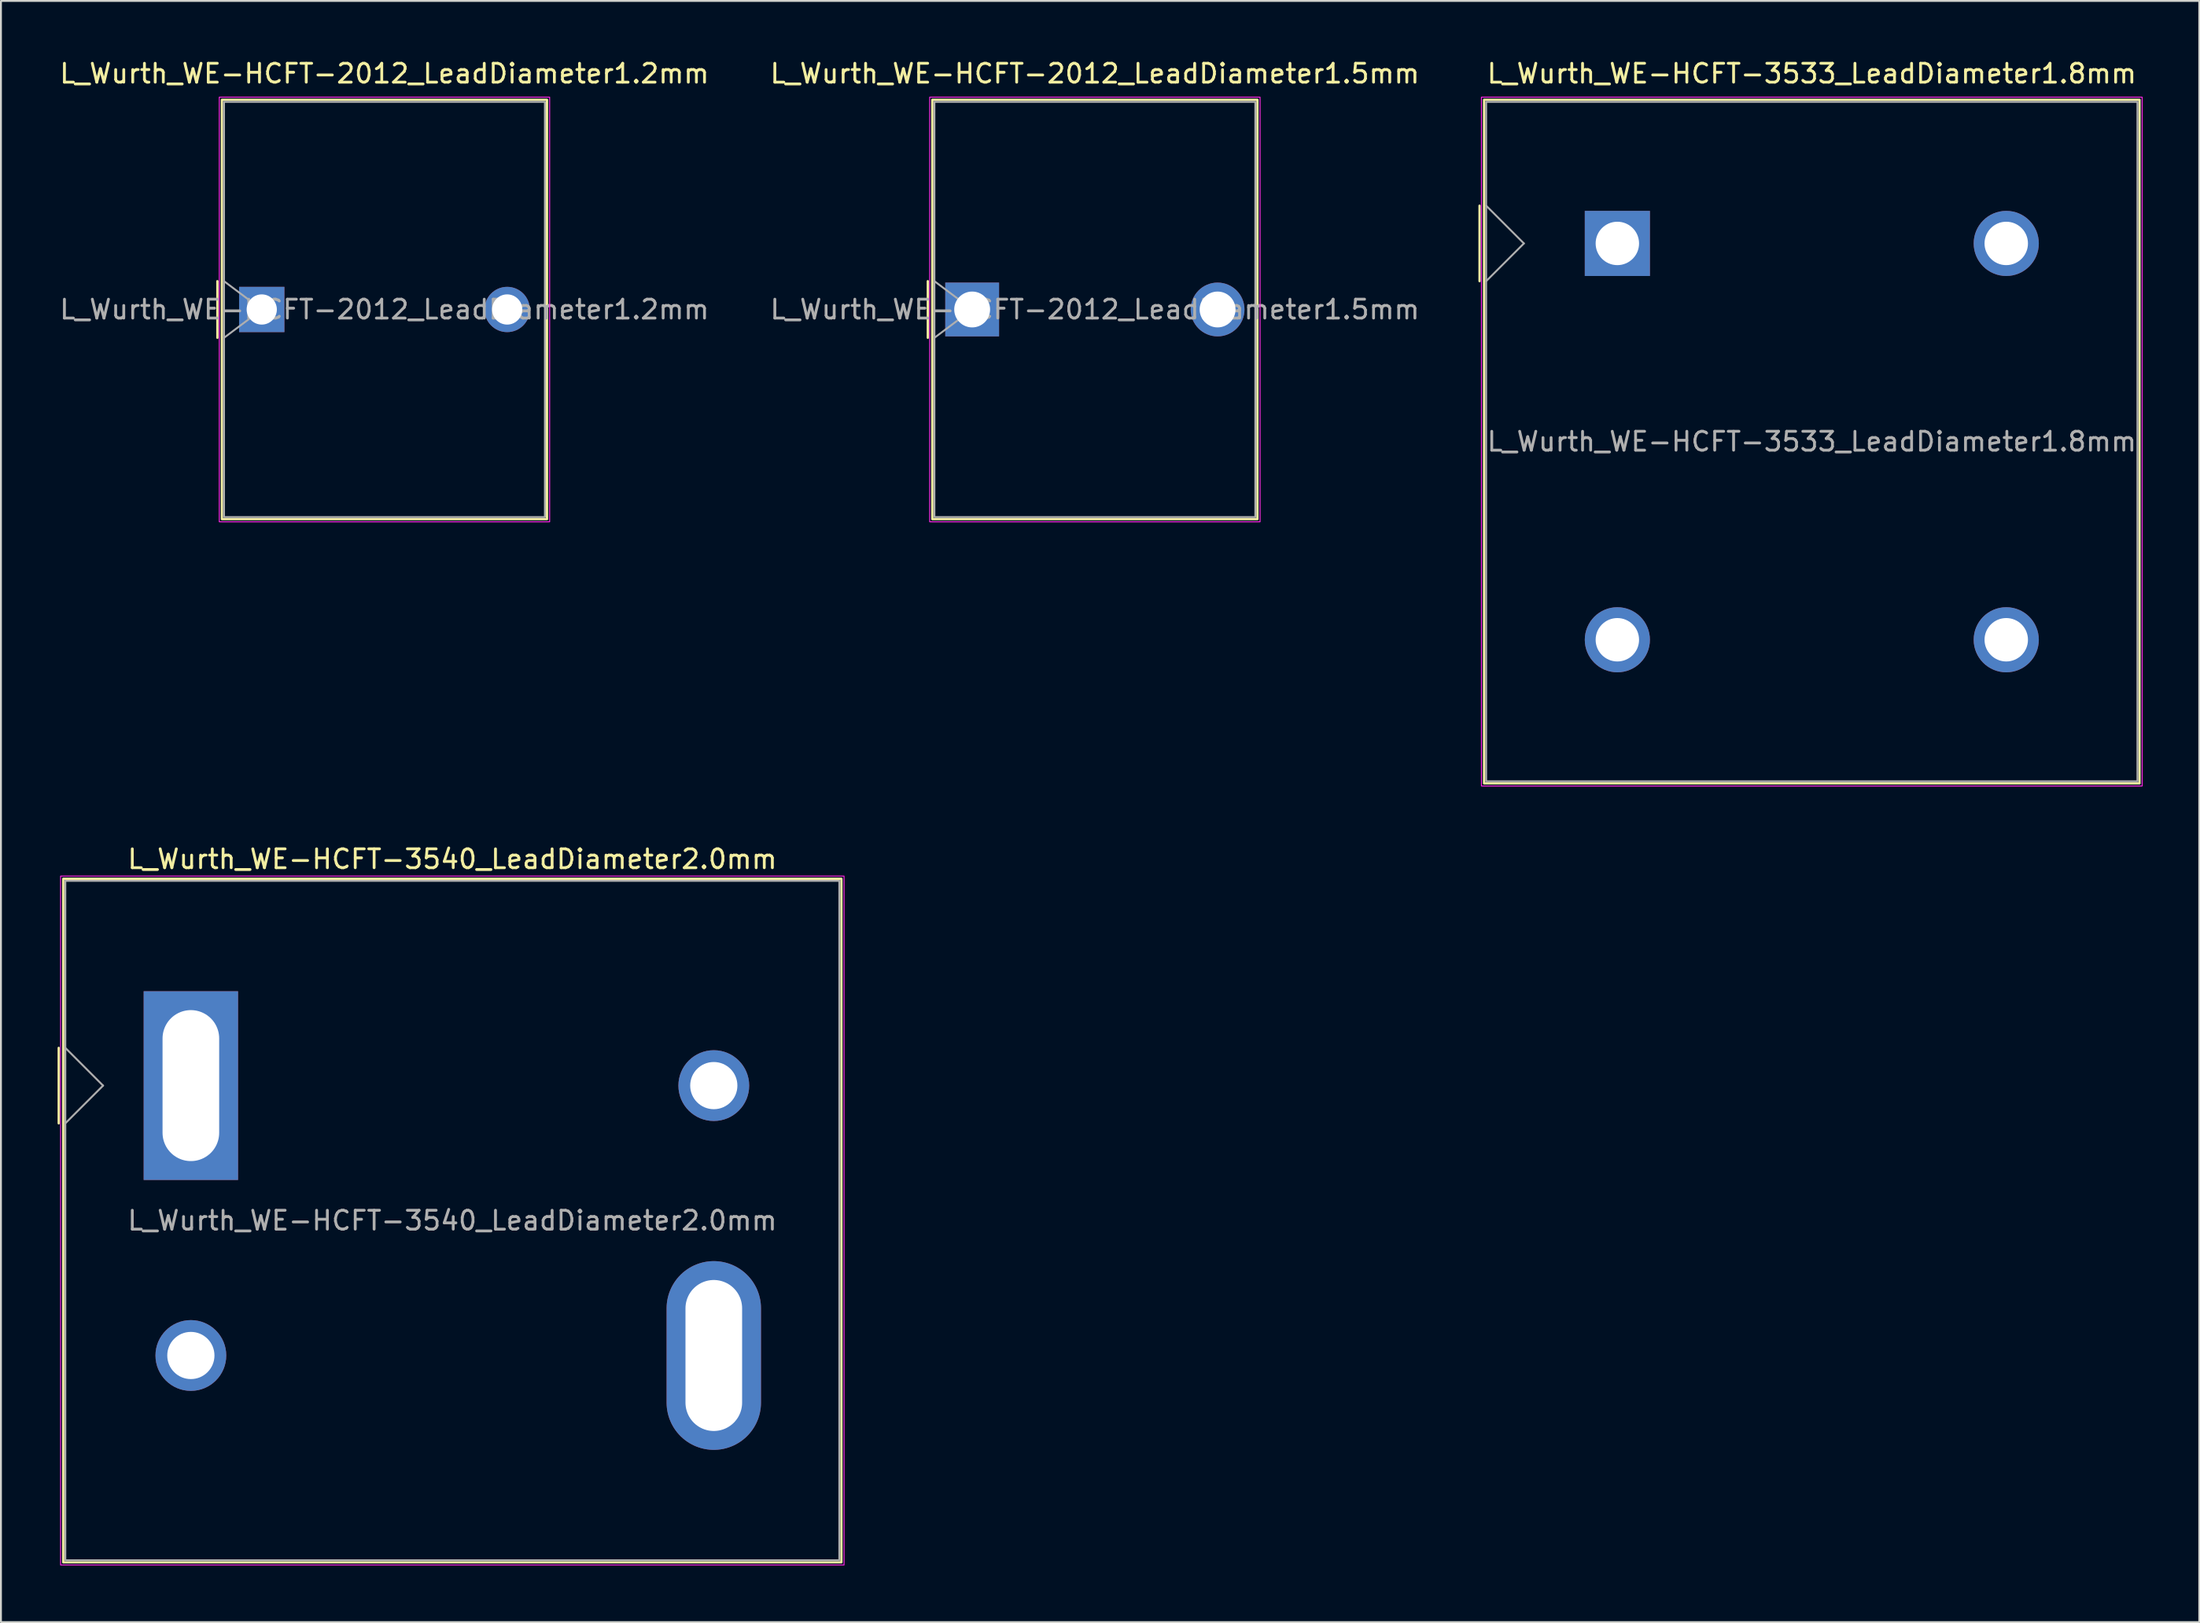
<source format=kicad_pcb>
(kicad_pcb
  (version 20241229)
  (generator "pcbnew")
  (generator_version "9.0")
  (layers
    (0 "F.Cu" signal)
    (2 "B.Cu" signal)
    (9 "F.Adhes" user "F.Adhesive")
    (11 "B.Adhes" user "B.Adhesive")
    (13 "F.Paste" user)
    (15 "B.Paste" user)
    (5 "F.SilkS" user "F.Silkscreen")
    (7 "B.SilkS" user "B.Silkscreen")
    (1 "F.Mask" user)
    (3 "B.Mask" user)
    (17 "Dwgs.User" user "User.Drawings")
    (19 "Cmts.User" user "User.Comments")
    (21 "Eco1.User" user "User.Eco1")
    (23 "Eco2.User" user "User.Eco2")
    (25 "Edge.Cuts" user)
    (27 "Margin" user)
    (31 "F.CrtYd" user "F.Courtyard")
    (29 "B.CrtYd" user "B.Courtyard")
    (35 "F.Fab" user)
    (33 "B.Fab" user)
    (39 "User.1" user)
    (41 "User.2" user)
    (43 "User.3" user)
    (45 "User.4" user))
  (footprint "L_Wurth_WE-HCFT-2012_LeadDiameter1.5mm"
    (layer "F.Cu")
    (at 48.446 13.348)
    (property "Reference" "L_Wurth_WE-HCFT-2012_LeadDiameter1.5mm" (at 6.5 -12.5 0) (unlocked yes) (layer "F.SilkS") (effects (font (size 1 1) (thickness 0.15))))
    (attr through_hole)
    (fp_line (start -2.35 1.5) (end -2.35 -1.5) (stroke (width 0.12) (type solid)) (layer "F.SilkS"))
    (fp_rect (start -2.11 -11.11) (end 15.11 11.11) (stroke (width 0.12) (type solid)) (fill no) (layer "F.SilkS"))
    (fp_rect (start -2.25 -11.25) (end 15.25 11.25) (stroke (width 0.05) (type solid)) (fill no) (layer "F.CrtYd"))
    (fp_line (start -2 -1.5) (end 0 0) (stroke (width 0.1) (type solid)) (layer "F.Fab"))
    (fp_line (start 0 0) (end -2 1.5) (stroke (width 0.1) (type solid)) (layer "F.Fab"))
    (fp_rect (start -2 -11) (end 15 11) (stroke (width 0.1) (type solid)) (fill no) (layer "F.Fab"))
    (fp_text user "${REFERENCE}" (at 6.5 0 0) (unlocked yes) (layer "F.Fab") (effects (font (size 1 1) (thickness 0.15))))
    (pad "1" thru_hole rect (at 0 0) (size 2.85 2.85) (drill 1.9) (layers "*.Cu" "*.Mask"))
    (pad "2" thru_hole circle (at 13 0) (size 2.85 2.85) (drill 1.9) (layers "*.Cu" "*.Mask")))
  (footprint "L_Wurth_WE-HCFT-2012_LeadDiameter1.2mm"
    (layer "F.Cu")
    (at 10.815 13.348)
    (property "Reference" "L_Wurth_WE-HCFT-2012_LeadDiameter1.2mm" (at 6.5 -12.5 0) (unlocked yes) (layer "F.SilkS") (effects (font (size 1 1) (thickness 0.15))))
    (attr through_hole)
    (fp_line (start -2.35 -1.5) (end -2.35 1.5) (stroke (width 0.12) (type solid)) (layer "F.SilkS"))
    (fp_rect (start -2.11 -11.11) (end 15.11 11.11) (stroke (width 0.12) (type solid)) (fill no) (layer "F.SilkS"))
    (fp_rect (start -2.25 -11.25) (end 15.25 11.25) (stroke (width 0.05) (type solid)) (fill no) (layer "F.CrtYd"))
    (fp_line (start -2 -1.5) (end 0 0) (stroke (width 0.1) (type solid)) (layer "F.Fab"))
    (fp_line (start 0 0) (end -2 1.5) (stroke (width 0.1) (type solid)) (layer "F.Fab"))
    (fp_rect (start -2 -11) (end 15 11) (stroke (width 0.1) (type solid)) (fill no) (layer "F.Fab"))
    (fp_text user "${REFERENCE}" (at 6.5 0 0) (unlocked yes) (layer "F.Fab") (effects (font (size 1 1) (thickness 0.15))))
    (pad "1" thru_hole rect (at 0 0) (size 2.4 2.4) (drill 1.6) (layers "*.Cu" "*.Mask"))
    (pad "2" thru_hole circle (at 13 0) (size 2.4 2.4) (drill 1.6) (layers "*.Cu" "*.Mask")))
  (footprint "L_Wurth_WE-HCFT-3540_LeadDiameter2.0mm"
    (layer "F.Cu")
    (at 7.06 54.471)
    (property "Reference" "L_Wurth_WE-HCFT-3540_LeadDiameter2.0mm" (at 13.85 -12 0) (unlocked yes) (layer "F.SilkS") (effects (font (size 1 1) (thickness 0.15))))
    (attr through_hole)
    (fp_line (start -7 2) (end -7 -2) (stroke (width 0.12) (type solid)) (layer "F.SilkS"))
    (fp_rect (start -6.76 -10.96) (end 34.46 25.26) (stroke (width 0.12) (type solid)) (fill no) (layer "F.SilkS"))
    (fp_rect (start -6.9 -11.1) (end 34.6 25.4) (stroke (width 0.05) (type solid)) (fill no) (layer "F.CrtYd"))
    (fp_line (start -6.65 -2) (end -4.65 0) (stroke (width 0.1) (type solid)) (layer "F.Fab"))
    (fp_line (start -4.65 0) (end -6.65 2) (stroke (width 0.1) (type solid)) (layer "F.Fab"))
    (fp_rect (start -6.65 -10.85) (end 34.35 25.15) (stroke (width 0.1) (type solid)) (fill no) (layer "F.Fab"))
    (fp_text user "${REFERENCE}" (at 13.85 7.15 0) (unlocked yes) (layer "F.Fab") (effects (font (size 1 1) (thickness 0.15))))
    (pad "" thru_hole circle (at 0 14.3) (size 3.75 3.75) (drill 2.5) (layers "*.Cu" "*.Mask"))
    (pad "" thru_hole circle (at 27.7 0) (size 3.75 3.75) (drill 2.5) (layers "*.Cu" "*.Mask"))
    (pad "1" thru_hole rect (at 0 0) (size 5 10) (drill oval 3 8) (layers "*.Cu" "*.Mask"))
    (pad "2" thru_hole oval (at 27.7 14.3) (size 5 10) (drill oval 3 8) (layers "*.Cu" "*.Mask")))
  (footprint "L_Wurth_WE-HCFT-3533_LeadDiameter1.8mm"
    (layer "F.Cu")
    (at 82.622 9.848)
    (property "Reference" "L_Wurth_WE-HCFT-3533_LeadDiameter1.8mm" (at 10.3 -9 0) (unlocked yes) (layer "F.SilkS") (effects (font (size 1 1) (thickness 0.15))))
    (attr through_hole)
    (fp_line (start -7.3 -2) (end -7.3 2) (stroke (width 0.12) (type solid)) (layer "F.SilkS"))
    (fp_rect (start -7.06 -7.61) (end 27.66 28.61) (stroke (width 0.12) (type solid)) (fill no) (layer "F.SilkS"))
    (fp_rect (start -7.2 -7.75) (end 27.8 28.75) (stroke (width 0.05) (type solid)) (fill no) (layer "F.CrtYd"))
    (fp_line (start -6.95 -2) (end -4.95 0) (stroke (width 0.1) (type solid)) (layer "F.Fab"))
    (fp_line (start -4.95 0) (end -6.95 2) (stroke (width 0.1) (type solid)) (layer "F.Fab"))
    (fp_rect (start -6.95 -7.5) (end 27.55 28.5) (stroke (width 0.1) (type solid)) (fill no) (layer "F.Fab"))
    (fp_text user "${REFERENCE}" (at 10.3 10.5 0) (unlocked yes) (layer "F.Fab") (effects (font (size 1 1) (thickness 0.15))))
    (pad "" thru_hole circle (at 0 21) (size 3.45 3.45) (drill 2.3) (layers "*.Cu" "*.Mask"))
    (pad "" thru_hole circle (at 20.6 0) (size 3.45 3.45) (drill 2.3) (layers "*.Cu" "*.Mask"))
    (pad "1" thru_hole rect (at 0 0) (size 3.45 3.45) (drill 2.3) (layers "*.Cu" "*.Mask"))
    (pad "2" thru_hole circle (at 20.6 21) (size 3.45 3.45) (drill 2.3) (layers "*.Cu" "*.Mask")))
  (gr_rect
    (start -3 -3)
    (end 113.447 82.897)
    (stroke (width 0.1) (type default))
    (fill no)
    (layer "Edge.Cuts")))
</source>
